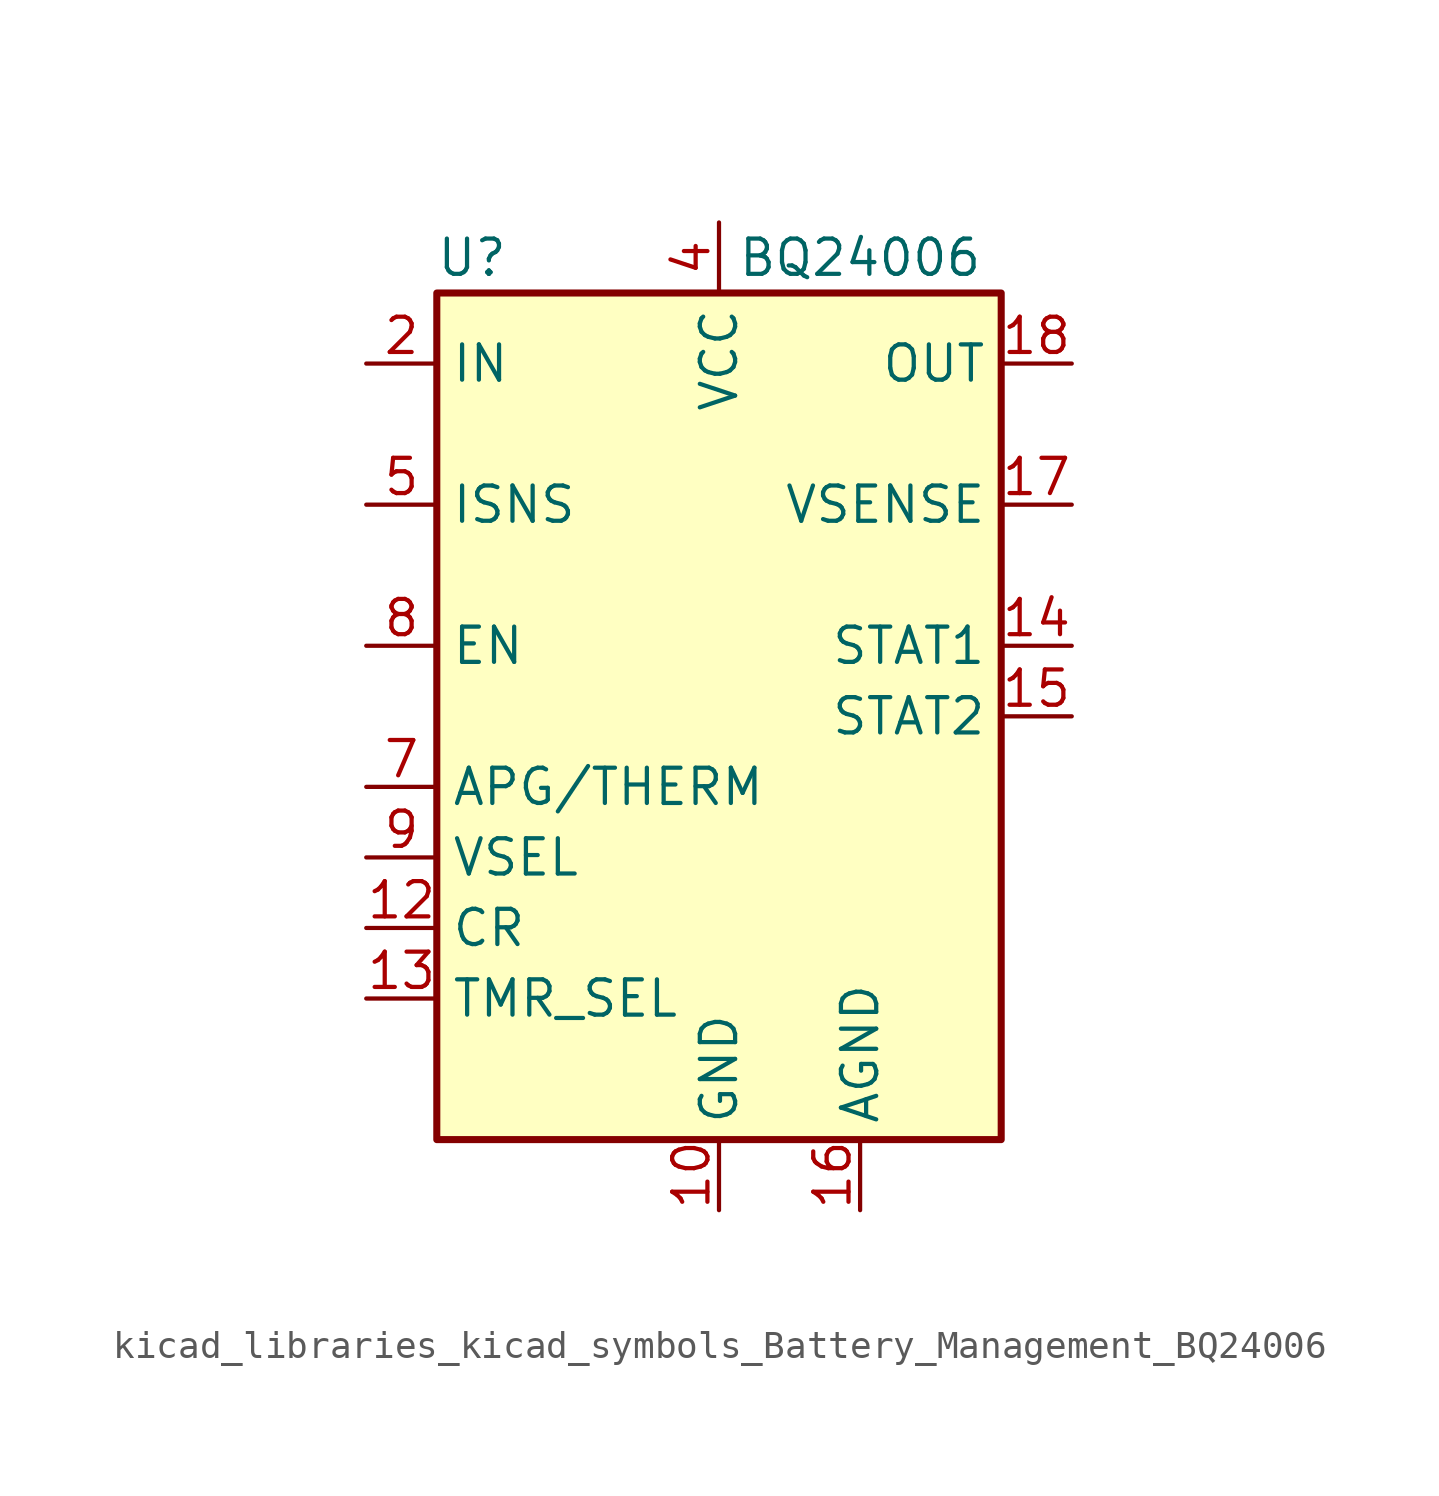
<source format=kicad_sym>
(kicad_symbol_lib
  (version 20220914)
  (generator kicad_symbol_editor)
  (symbol "kicad_libraries_kicad_symbols_Battery_Management_BQ24006"
    (property "Reference" "U"
      (at -8.89 16.51 0)
      (effects (font (size 1.27 1.27))))
    (property "Value" "BQ24006"
      (at 5.08 16.51 0)
      (effects (font (size 1.27 1.27))))
    (symbol "kicad_libraries_kicad_symbols_Battery_Management_BQ24006_0_1"
      (rectangle (start -10.16 15.24) (end 10.16 -15.24) (stroke (width 0.254) (type default)) (fill (type background))))
    (symbol "kicad_libraries_kicad_symbols_Battery_Management_BQ24006_1_1"
      (pin no_connect line (at 10.16 -2.54 180) (length 2.54) hide (name "N/C" (effects (font (size 1.27 1.27)))) (number "1" (effects (font (size 1.27 1.27)))))
      (pin power_in line (at 0 -17.78 90) (length 2.54) (name "GND" (effects (font (size 1.27 1.27)))) (number "10" (effects (font (size 1.27 1.27)))))
      (pin no_connect line (at 10.16 -7.62 180) (length 2.54) hide (name "N/C" (effects (font (size 1.27 1.27)))) (number "11" (effects (font (size 1.27 1.27)))))
      (pin input line (at -12.7 -7.62 0) (length 2.54) (name "CR" (effects (font (size 1.27 1.27)))) (number "12" (effects (font (size 1.27 1.27)))))
      (pin input line (at -12.7 -10.16 0) (length 2.54) (name "TMR_SEL" (effects (font (size 1.27 1.27)))) (number "13" (effects (font (size 1.27 1.27)))))
      (pin output line (at 12.7 2.54 180) (length 2.54) (name "STAT1" (effects (font (size 1.27 1.27)))) (number "14" (effects (font (size 1.27 1.27)))))
      (pin output line (at 12.7 0 180) (length 2.54) (name "STAT2" (effects (font (size 1.27 1.27)))) (number "15" (effects (font (size 1.27 1.27)))))
      (pin power_in line (at 5.08 -17.78 90) (length 2.54) (name "AGND" (effects (font (size 1.27 1.27)))) (number "16" (effects (font (size 1.27 1.27)))))
      (pin input line (at 12.7 7.62 180) (length 2.54) (name "VSENSE" (effects (font (size 1.27 1.27)))) (number "17" (effects (font (size 1.27 1.27)))))
      (pin output line (at 12.7 12.7 180) (length 2.54) (name "OUT" (effects (font (size 1.27 1.27)))) (number "18" (effects (font (size 1.27 1.27)))))
      (pin passive line (at 12.7 12.7 180) (length 2.54) hide (name "OUT" (effects (font (size 1.27 1.27)))) (number "19" (effects (font (size 1.27 1.27)))))
      (pin input line (at -12.7 12.7 0) (length 2.54) (name "IN" (effects (font (size 1.27 1.27)))) (number "2" (effects (font (size 1.27 1.27)))))
      (pin no_connect line (at 10.16 -10.16 180) (length 2.54) hide (name "N/C" (effects (font (size 1.27 1.27)))) (number "20" (effects (font (size 1.27 1.27)))))
      (pin passive line (at 0 -17.78 90) (length 2.54) hide (name "GND" (effects (font (size 1.27 1.27)))) (number "21" (effects (font (size 1.27 1.27)))))
      (pin input line (at -12.7 12.7 0) (length 2.54) hide (name "IN" (effects (font (size 1.27 1.27)))) (number "3" (effects (font (size 1.27 1.27)))))
      (pin power_in line (at 0 17.78 270) (length 2.54) (name "VCC" (effects (font (size 1.27 1.27)))) (number "4" (effects (font (size 1.27 1.27)))))
      (pin input line (at -12.7 7.62 0) (length 2.54) (name "ISNS" (effects (font (size 1.27 1.27)))) (number "5" (effects (font (size 1.27 1.27)))))
      (pin no_connect line (at 10.16 -5.08 180) (length 2.54) hide (name "N/C" (effects (font (size 1.27 1.27)))) (number "6" (effects (font (size 1.27 1.27)))))
      (pin input line (at -12.7 -2.54 0) (length 2.54) (name "APG/THERM" (effects (font (size 1.27 1.27)))) (number "7" (effects (font (size 1.27 1.27)))))
      (pin input line (at -12.7 2.54 0) (length 2.54) (name "EN" (effects (font (size 1.27 1.27)))) (number "8" (effects (font (size 1.27 1.27)))))
      (pin input line (at -12.7 -5.08 0) (length 2.54) (name "VSEL" (effects (font (size 1.27 1.27)))) (number "9" (effects (font (size 1.27 1.27))))))))
</source>
